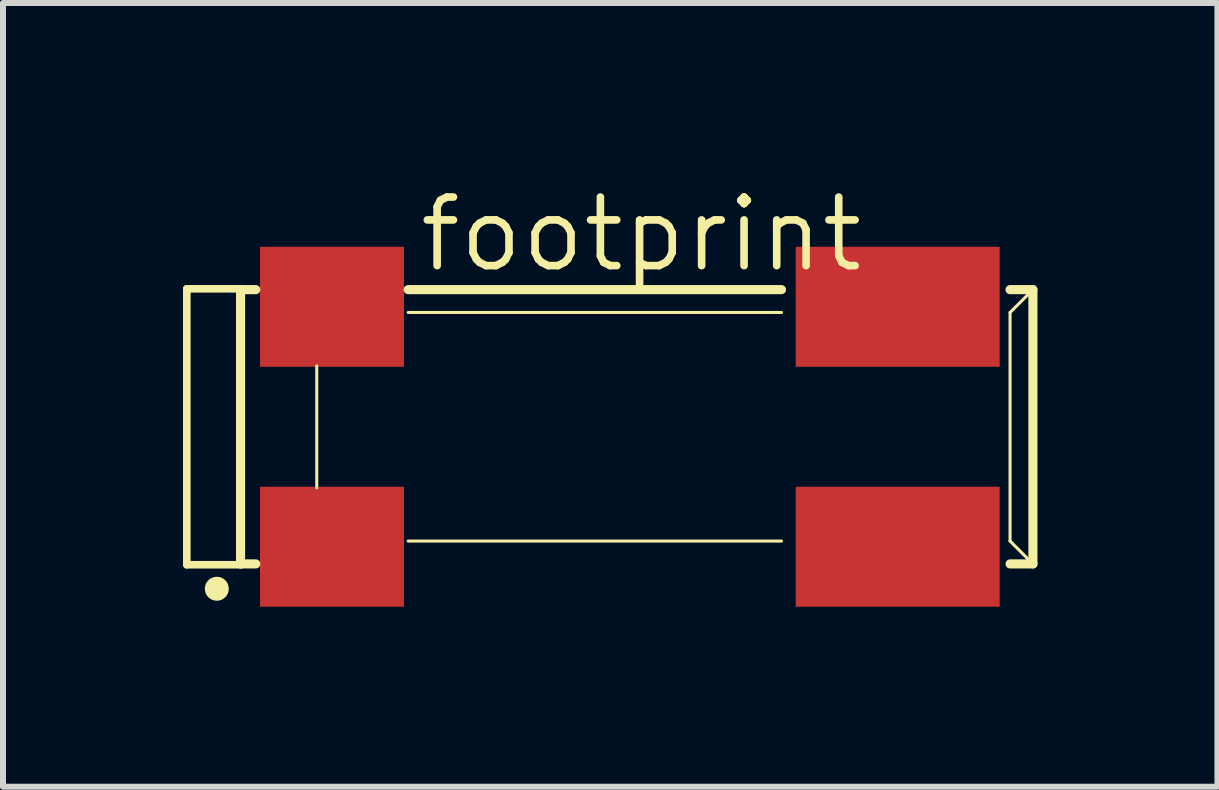
<source format=kicad_pcb>
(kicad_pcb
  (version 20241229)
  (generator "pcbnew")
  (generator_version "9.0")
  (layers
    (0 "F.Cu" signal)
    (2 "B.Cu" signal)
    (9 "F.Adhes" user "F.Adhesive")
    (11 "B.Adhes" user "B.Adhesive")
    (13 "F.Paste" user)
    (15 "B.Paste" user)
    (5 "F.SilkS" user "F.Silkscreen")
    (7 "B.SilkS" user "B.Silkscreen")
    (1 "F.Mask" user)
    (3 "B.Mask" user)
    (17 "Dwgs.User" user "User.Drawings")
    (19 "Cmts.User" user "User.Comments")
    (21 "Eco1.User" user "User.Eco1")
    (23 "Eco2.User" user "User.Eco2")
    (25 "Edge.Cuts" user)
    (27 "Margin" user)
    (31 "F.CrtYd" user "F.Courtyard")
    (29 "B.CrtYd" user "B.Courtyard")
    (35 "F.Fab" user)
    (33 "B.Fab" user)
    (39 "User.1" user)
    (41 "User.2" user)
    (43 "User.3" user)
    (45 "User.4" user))
  (footprint "footprint"
    (layer "F.Cu")
    (at 7.564 4.064)
    (property "Reference" "footprint" (at -3.683 -2.54 0) (layer "F.SilkS") (effects (font (size 1.143 1.143) (thickness 0.127)) (justify left bottom)))
    (fp_line (start -7.5 -2.3) (end -7.5 2.3) (stroke (width 0.127) (type solid)) (layer "F.SilkS"))
    (fp_line (start -7.5 2.3) (end -6.6 2.3) (stroke (width 0.127) (type solid)) (layer "F.SilkS"))
    (fp_line (start -6.604 -2.286) (end -6.35 -2.286) (stroke (width 0.152) (type solid)) (layer "F.SilkS"))
    (fp_line (start -6.604 2.286) (end -6.604 -2.286) (stroke (width 0.152) (type solid)) (layer "F.SilkS"))
    (fp_line (start -6.604 2.286) (end -6.35 2.286) (stroke (width 0.152) (type solid)) (layer "F.SilkS"))
    (fp_line (start -6.6 -2.3) (end -7.5 -2.3) (stroke (width 0.127) (type solid)) (layer "F.SilkS"))
    (fp_line (start -5.334 -1.016) (end -5.334 1.016) (stroke (width 0.051) (type solid)) (layer "F.SilkS"))
    (fp_line (start -3.81 -2.286) (end 2.413 -2.286) (stroke (width 0.152) (type solid)) (layer "F.SilkS"))
    (fp_line (start -3.81 -1.905) (end 2.413 -1.905) (stroke (width 0.051) (type solid)) (layer "F.SilkS"))
    (fp_line (start -3.81 1.905) (end 2.413 1.905) (stroke (width 0.051) (type solid)) (layer "F.SilkS"))
    (fp_line (start 6.223 -2.286) (end 6.604 -2.286) (stroke (width 0.152) (type solid)) (layer "F.SilkS"))
    (fp_line (start 6.223 -1.905) (end 6.604 -2.286) (stroke (width 0.051) (type solid)) (layer "F.SilkS"))
    (fp_line (start 6.223 1.905) (end 6.223 -1.905) (stroke (width 0.051) (type solid)) (layer "F.SilkS"))
    (fp_line (start 6.223 1.905) (end 6.604 2.286) (stroke (width 0.051) (type solid)) (layer "F.SilkS"))
    (fp_line (start 6.223 2.286) (end 6.604 2.286) (stroke (width 0.152) (type solid)) (layer "F.SilkS"))
    (fp_line (start 6.604 -2.286) (end 6.604 2.286) (stroke (width 0.152) (type solid)) (layer "F.SilkS"))
    (fp_circle (center -7 2.7) (end -6.9 2.7) (stroke (width 0.2) (type solid)) (fill yes) (layer "F.SilkS"))
    (pad "1" smd rect (at -5.08 2) (size 2.4 2) (layers "F.Cu" "F.Mask" "F.Paste"))
    (pad "2" smd rect (at 4.35 2) (size 3.4 2) (layers "F.Cu" "F.Mask" "F.Paste"))
    (pad "3" smd rect (at 4.35 -2) (size 3.4 2) (layers "F.Cu" "F.Mask" "F.Paste"))
    (pad "4" smd rect (at -5.08 -2) (size 2.4 2) (layers "F.Cu" "F.Mask" "F.Paste")))
  (gr_rect
    (start -3 -3)
    (end 17.244 10.064)
    (stroke (width 0.1) (type default))
    (fill no)
    (layer "Edge.Cuts")))
</source>
